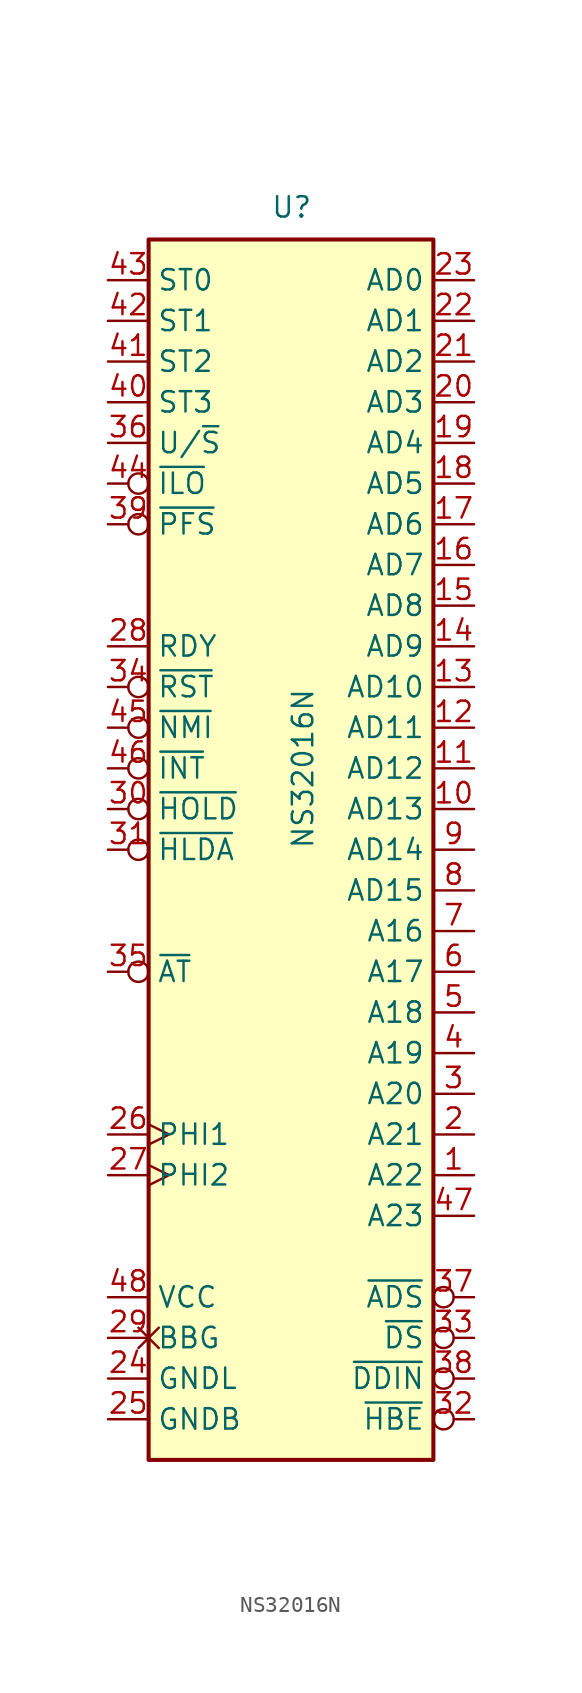
<source format=kicad_sym>
(kicad_symbol_lib
  (version 20220914)
  (generator kicad_symbol_editor)
  (symbol "NS32016N"
    (property "Reference" "U"
      (at -1.27 39.37 0)
      (effects (font (size 1.27 1.27)) (justify left bottom)))
    (property "Value" "NS32016N"
      (at 0 0 90)
      (effects (font (size 1.27 1.27)) (justify left top)))
    (symbol "NS32016N_0_0"
      (pin output line (at 11.43 -20.32 180) (length 2.54) (name "A22" (effects (font (size 1.27 1.27)))) (number "1" (effects (font (size 1.27 1.27)))))
      (pin output line (at 11.43 -17.78 180) (length 2.54) (name "A21" (effects (font (size 1.27 1.27)))) (number "2" (effects (font (size 1.27 1.27)))))
      (pin passive non_logic (at -11.43 -30.48 0) (length 2.54) (name "BBG" (effects (font (size 1.27 1.27)))) (number "29" (effects (font (size 1.27 1.27)))))
      (pin output line (at 11.43 -15.24 180) (length 2.54) (name "A20" (effects (font (size 1.27 1.27)))) (number "3" (effects (font (size 1.27 1.27)))))
      (pin output line (at 11.43 -12.7 180) (length 2.54) (name "A19" (effects (font (size 1.27 1.27)))) (number "4" (effects (font (size 1.27 1.27)))))
      (pin output line (at 11.43 -10.16 180) (length 2.54) (name "A18" (effects (font (size 1.27 1.27)))) (number "5" (effects (font (size 1.27 1.27)))))
      (pin output line (at 11.43 -7.62 180) (length 2.54) (name "A17" (effects (font (size 1.27 1.27)))) (number "6" (effects (font (size 1.27 1.27)))))
      (pin output line (at 11.43 -5.08 180) (length 2.54) (name "A16" (effects (font (size 1.27 1.27)))) (number "7" (effects (font (size 1.27 1.27))))))
    (symbol "NS32016N_0_1"
      (rectangle (start -8.89 -38.1) (end 8.89 38.1) (stroke (width 0.254) (type default)) (fill (type background))))
    (symbol "NS32016N_1_1"
      (pin bidirectional line (at 11.43 2.54 180) (length 2.54) (name "AD13" (effects (font (size 1.27 1.27)))) (number "10" (effects (font (size 1.27 1.27)))))
      (pin bidirectional line (at 11.43 5.08 180) (length 2.54) (name "AD12" (effects (font (size 1.27 1.27)))) (number "11" (effects (font (size 1.27 1.27)))))
      (pin bidirectional line (at 11.43 7.62 180) (length 2.54) (name "AD11" (effects (font (size 1.27 1.27)))) (number "12" (effects (font (size 1.27 1.27)))))
      (pin bidirectional line (at 11.43 10.16 180) (length 2.54) (name "AD10" (effects (font (size 1.27 1.27)))) (number "13" (effects (font (size 1.27 1.27)))))
      (pin bidirectional line (at 11.43 12.7 180) (length 2.54) (name "AD9" (effects (font (size 1.27 1.27)))) (number "14" (effects (font (size 1.27 1.27)))))
      (pin bidirectional line (at 11.43 15.24 180) (length 2.54) (name "AD8" (effects (font (size 1.27 1.27)))) (number "15" (effects (font (size 1.27 1.27)))))
      (pin bidirectional line (at 11.43 17.78 180) (length 2.54) (name "AD7" (effects (font (size 1.27 1.27)))) (number "16" (effects (font (size 1.27 1.27)))))
      (pin bidirectional line (at 11.43 20.32 180) (length 2.54) (name "AD6" (effects (font (size 1.27 1.27)))) (number "17" (effects (font (size 1.27 1.27)))))
      (pin bidirectional line (at 11.43 22.86 180) (length 2.54) (name "AD5" (effects (font (size 1.27 1.27)))) (number "18" (effects (font (size 1.27 1.27)))))
      (pin bidirectional line (at 11.43 25.4 180) (length 2.54) (name "AD4" (effects (font (size 1.27 1.27)))) (number "19" (effects (font (size 1.27 1.27)))))
      (pin bidirectional line (at 11.43 27.94 180) (length 2.54) (name "AD3" (effects (font (size 1.27 1.27)))) (number "20" (effects (font (size 1.27 1.27)))))
      (pin bidirectional line (at 11.43 30.48 180) (length 2.54) (name "AD2" (effects (font (size 1.27 1.27)))) (number "21" (effects (font (size 1.27 1.27)))))
      (pin bidirectional line (at 11.43 33.02 180) (length 2.54) (name "AD1" (effects (font (size 1.27 1.27)))) (number "22" (effects (font (size 1.27 1.27)))))
      (pin bidirectional line (at 11.43 35.56 180) (length 2.54) (name "AD0" (effects (font (size 1.27 1.27)))) (number "23" (effects (font (size 1.27 1.27)))))
      (pin power_in line (at -11.43 -33.02 0) (length 2.54) (name "GNDL" (effects (font (size 1.27 1.27)))) (number "24" (effects (font (size 1.27 1.27)))))
      (pin power_in line (at -11.43 -35.56 0) (length 2.54) (name "GNDB" (effects (font (size 1.27 1.27)))) (number "25" (effects (font (size 1.27 1.27)))))
      (pin input clock (at -11.43 -17.78 0) (length 2.54) (name "PHI1" (effects (font (size 1.27 1.27)))) (number "26" (effects (font (size 1.27 1.27)))))
      (pin input clock (at -11.43 -20.32 0) (length 2.54) (name "PHI2" (effects (font (size 1.27 1.27)))) (number "27" (effects (font (size 1.27 1.27)))))
      (pin input line (at -11.43 12.7 0) (length 2.54) (name "RDY" (effects (font (size 1.27 1.27)))) (number "28" (effects (font (size 1.27 1.27)))))
      (pin input inverted (at -11.43 2.54 0) (length 2.54) (name "~{HOLD}" (effects (font (size 1.27 1.27)))) (number "30" (effects (font (size 1.27 1.27)))))
      (pin output inverted (at -11.43 0 0) (length 2.54) (name "~{HLDA}" (effects (font (size 1.27 1.27)))) (number "31" (effects (font (size 1.27 1.27)))))
      (pin output inverted (at 11.43 -35.56 180) (length 2.54) (name "~{HBE}" (effects (font (size 1.27 1.27)))) (number "32" (effects (font (size 1.27 1.27)))))
      (pin output inverted (at 11.43 -30.48 180) (length 2.54) (name "~{DS}" (effects (font (size 1.27 1.27)))) (number "33" (effects (font (size 1.27 1.27)))))
      (pin input inverted (at -11.43 10.16 0) (length 2.54) (name "~{RST}" (effects (font (size 1.27 1.27)))) (number "34" (effects (font (size 1.27 1.27)))))
      (pin input inverted (at -11.43 -7.62 0) (length 2.54) (name "~{AT}" (effects (font (size 1.27 1.27)))) (number "35" (effects (font (size 1.27 1.27)))))
      (pin output line (at -11.43 25.4 0) (length 2.54) (name "U/~{S}" (effects (font (size 1.27 1.27)))) (number "36" (effects (font (size 1.27 1.27)))))
      (pin output inverted (at 11.43 -27.94 180) (length 2.54) (name "~{ADS}" (effects (font (size 1.27 1.27)))) (number "37" (effects (font (size 1.27 1.27)))))
      (pin output inverted (at 11.43 -33.02 180) (length 2.54) (name "~{DDIN}" (effects (font (size 1.27 1.27)))) (number "38" (effects (font (size 1.27 1.27)))))
      (pin output inverted (at -11.43 20.32 0) (length 2.54) (name "~{PFS}" (effects (font (size 1.27 1.27)))) (number "39" (effects (font (size 1.27 1.27)))))
      (pin output line (at -11.43 27.94 0) (length 2.54) (name "ST3" (effects (font (size 1.27 1.27)))) (number "40" (effects (font (size 1.27 1.27)))))
      (pin output line (at -11.43 30.48 0) (length 2.54) (name "ST2" (effects (font (size 1.27 1.27)))) (number "41" (effects (font (size 1.27 1.27)))))
      (pin output line (at -11.43 33.02 0) (length 2.54) (name "ST1" (effects (font (size 1.27 1.27)))) (number "42" (effects (font (size 1.27 1.27)))))
      (pin output line (at -11.43 35.56 0) (length 2.54) (name "ST0" (effects (font (size 1.27 1.27)))) (number "43" (effects (font (size 1.27 1.27)))))
      (pin output inverted (at -11.43 22.86 0) (length 2.54) (name "~{ILO}" (effects (font (size 1.27 1.27)))) (number "44" (effects (font (size 1.27 1.27)))))
      (pin input inverted (at -11.43 7.62 0) (length 2.54) (name "~{NMI}" (effects (font (size 1.27 1.27)))) (number "45" (effects (font (size 1.27 1.27)))))
      (pin input inverted (at -11.43 5.08 0) (length 2.54) (name "~{INT}" (effects (font (size 1.27 1.27)))) (number "46" (effects (font (size 1.27 1.27)))))
      (pin output line (at 11.43 -22.86 180) (length 2.54) (name "A23" (effects (font (size 1.27 1.27)))) (number "47" (effects (font (size 1.27 1.27)))))
      (pin power_in line (at -11.43 -27.94 0) (length 2.54) (name "VCC" (effects (font (size 1.27 1.27)))) (number "48" (effects (font (size 1.27 1.27)))))
      (pin bidirectional line (at 11.43 -2.54 180) (length 2.54) (name "AD15" (effects (font (size 1.27 1.27)))) (number "8" (effects (font (size 1.27 1.27)))))
      (pin bidirectional line (at 11.43 0 180) (length 2.54) (name "AD14" (effects (font (size 1.27 1.27)))) (number "9" (effects (font (size 1.27 1.27))))))))
</source>
